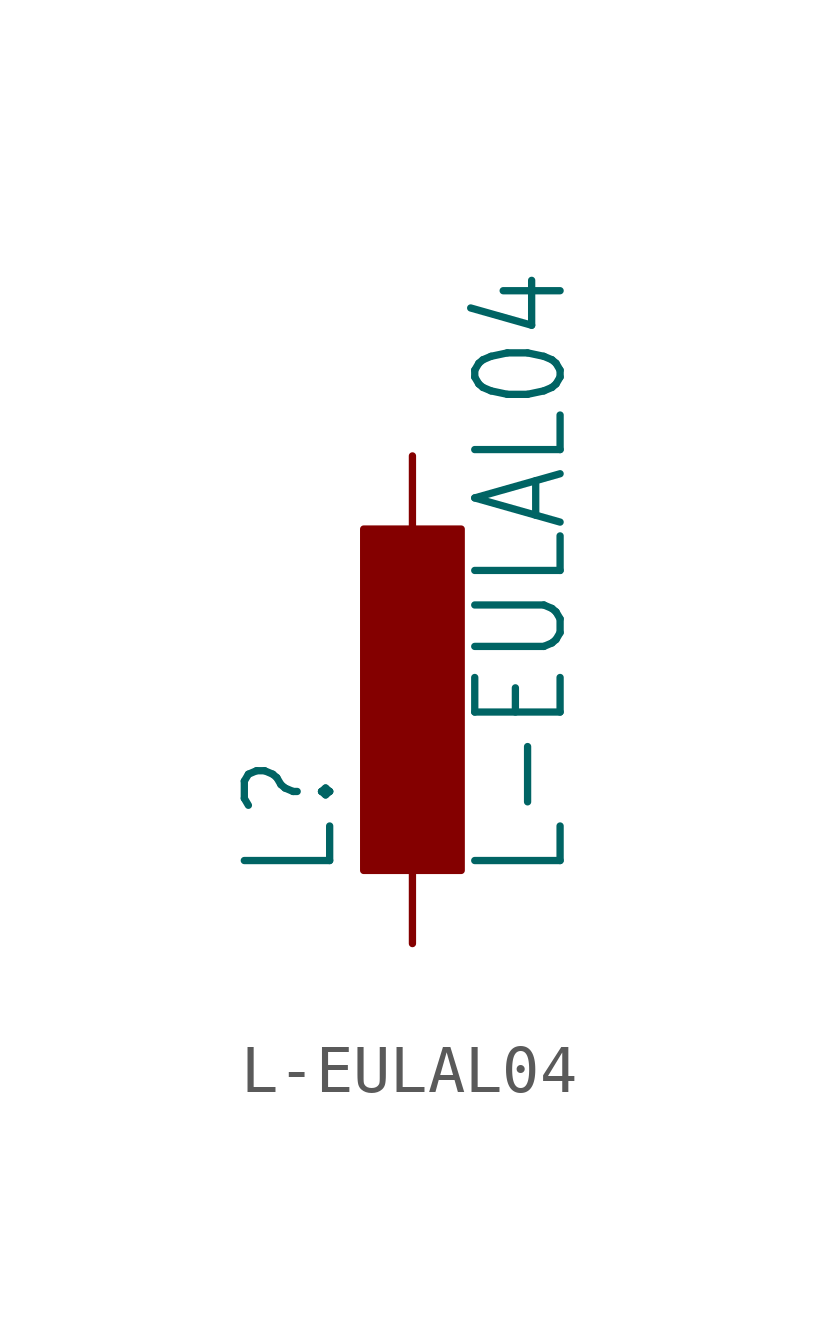
<source format=kicad_sym>
(kicad_symbol_lib
  (version 20211014)
  (generator kicad_symbol_editor)
  (symbol "L-EULAL04"
    (property "Reference" "L"
      (at -1.499 -3.81 90)
      (effects (font (size 1.778 1.511)) (justify left bottom)))
    (property "Value" "L-EULAL04"
      (at 3.302 -3.81 90)
      (effects (font (size 1.778 1.511)) (justify left bottom)))
    (property "ki_locked" ""
      (at 0 0 0)
      (effects (font (size 1.27 1.27))))
    (symbol "L-EULAL04_1_0"
      (rectangle (start -1.016 -3.556) (end 1.016 3.556) (stroke (width 0) (type default) (color 0 0 0 0)) (fill (type outline)))
      (pin passive line (at 0 5.08 270) (length 2.54) (name "1" (effects (font (size 0 0)))) (number "1" (effects (font (size 0 0)))))
      (pin passive line (at 0 -5.08 90) (length 2.54) (name "2" (effects (font (size 0 0)))) (number "2" (effects (font (size 0 0))))))))
</source>
